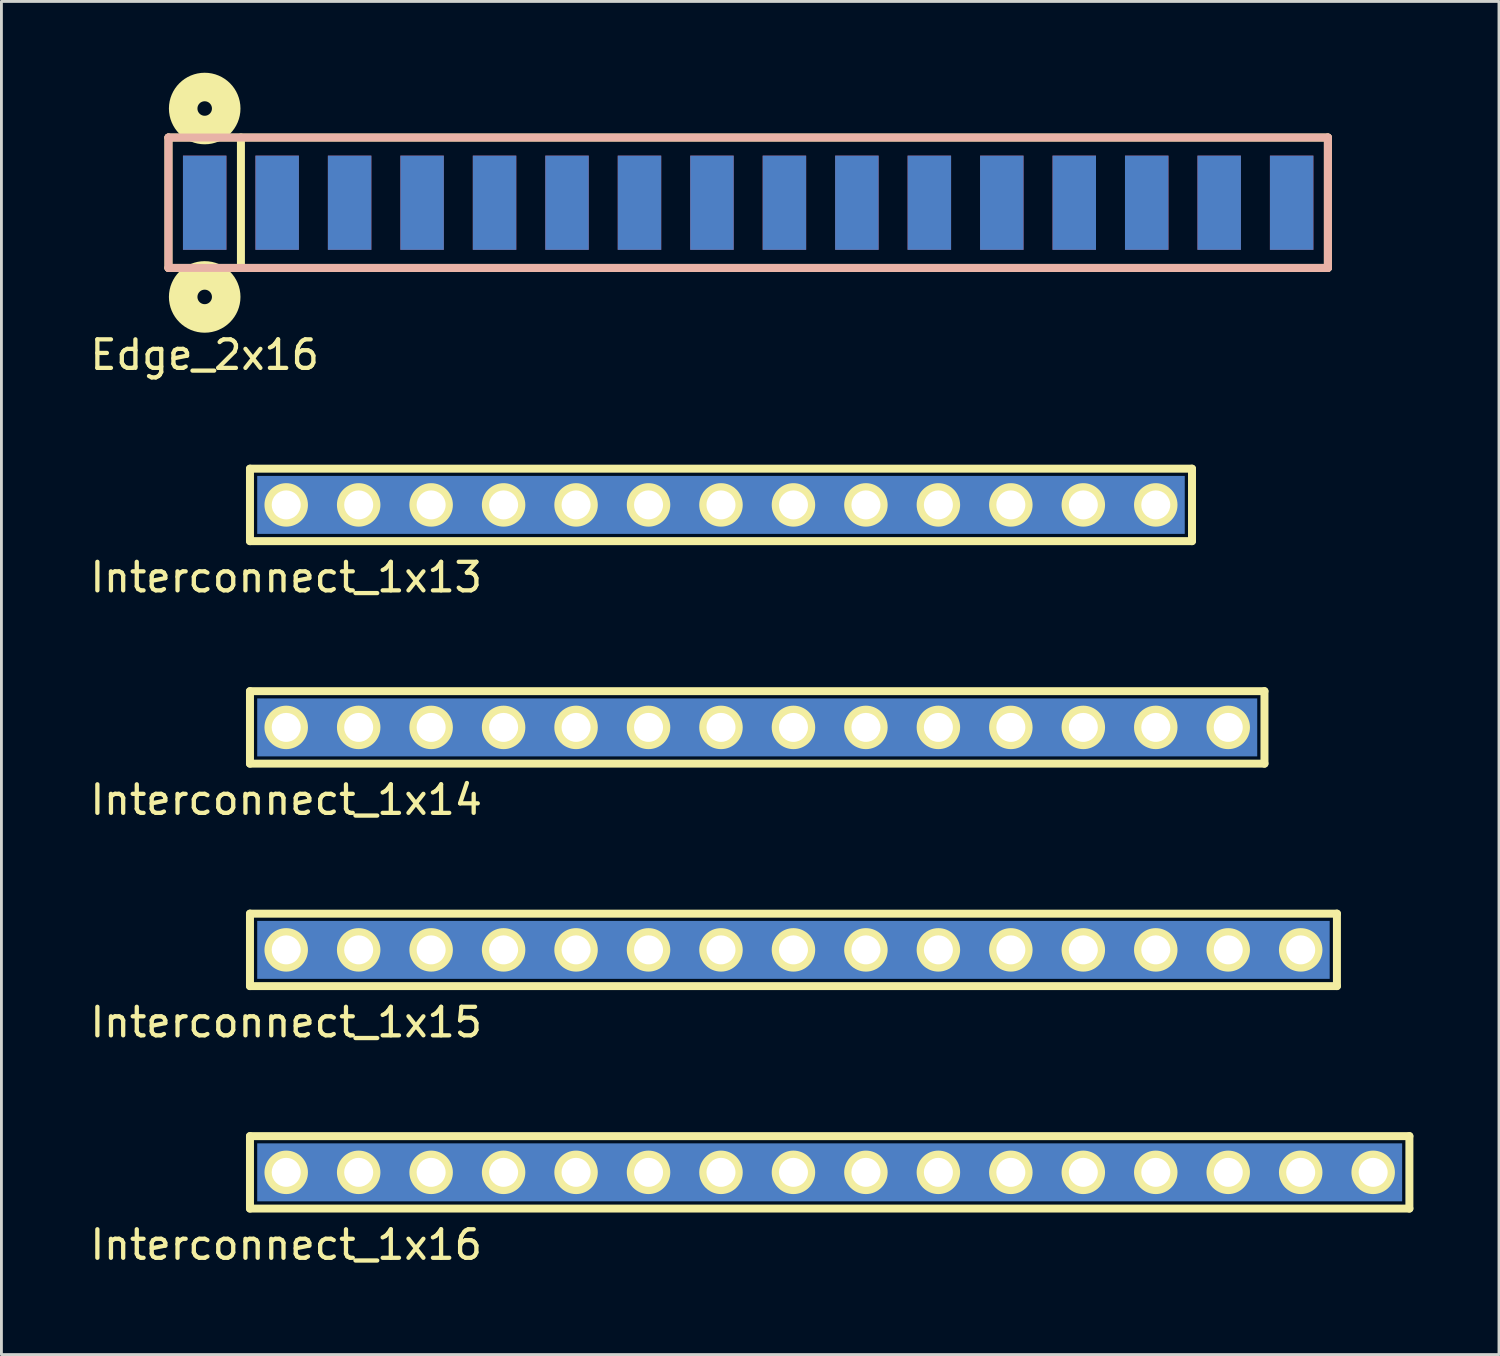
<source format=kicad_pcb>
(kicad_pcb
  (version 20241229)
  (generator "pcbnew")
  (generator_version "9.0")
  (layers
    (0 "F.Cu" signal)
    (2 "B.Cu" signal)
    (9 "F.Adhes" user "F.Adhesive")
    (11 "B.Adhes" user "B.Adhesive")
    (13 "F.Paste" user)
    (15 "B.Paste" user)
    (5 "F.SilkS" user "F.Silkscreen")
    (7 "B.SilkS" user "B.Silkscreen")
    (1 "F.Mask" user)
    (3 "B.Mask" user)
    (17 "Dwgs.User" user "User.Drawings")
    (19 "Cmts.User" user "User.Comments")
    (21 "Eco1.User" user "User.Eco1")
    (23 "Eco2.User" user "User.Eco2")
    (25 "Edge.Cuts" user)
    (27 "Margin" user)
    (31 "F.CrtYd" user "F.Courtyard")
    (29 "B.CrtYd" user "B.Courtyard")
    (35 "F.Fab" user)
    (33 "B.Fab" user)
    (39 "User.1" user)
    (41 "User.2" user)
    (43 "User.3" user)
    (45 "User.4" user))
  (footprint "Interconnect_1x14"
    (layer "F.Cu")
    (at 6.982 22.447)
    (property "Reference" "Interconnect_1x14" (at 0 2.54 0) (layer "F.SilkS") (effects (font (size 1 1) (thickness 0.15))))
    (attr through_hole)
    (fp_line (start -1.27 -1.27) (end -1.27 1.27) (stroke (width 0.28) (type solid)) (layer "F.SilkS"))
    (fp_line (start -1.27 1.27) (end 34.29 1.27) (stroke (width 0.28) (type solid)) (layer "F.SilkS"))
    (fp_line (start 34.29 -1.27) (end -1.27 -1.27) (stroke (width 0.28) (type solid)) (layer "F.SilkS"))
    (fp_line (start 34.29 1.27) (end 34.29 -1.27) (stroke (width 0.28) (type solid)) (layer "F.SilkS"))
    (pad "1" thru_hole circle (at 0 0) (size 1.524 1.524) (drill 1.016) (layers "*.Cu" "*.Mask" "F.SilkS"))
    (pad "1" thru_hole circle (at 2.54 0) (size 1.524 1.524) (drill 1.016) (layers "*.Cu" "*.Mask" "F.SilkS"))
    (pad "1" thru_hole circle (at 5.08 0) (size 1.524 1.524) (drill 1.016) (layers "*.Cu" "*.Mask" "F.SilkS"))
    (pad "1" thru_hole circle (at 7.62 0) (size 1.524 1.524) (drill 1.016) (layers "*.Cu" "*.Mask" "F.SilkS"))
    (pad "1" thru_hole circle (at 10.16 0) (size 1.524 1.524) (drill 1.016) (layers "*.Cu" "*.Mask" "F.SilkS"))
    (pad "1" thru_hole circle (at 12.7 0) (size 1.524 1.524) (drill 1.016) (layers "*.Cu" "*.Mask" "F.SilkS"))
    (pad "1" thru_hole circle (at 15.24 0) (size 1.524 1.524) (drill 1.016) (layers "*.Cu" "*.Mask" "F.SilkS"))
    (pad "1" smd rect (at 16.51 0) (size 35.052 2.032) (layers "B.Cu" "B.Mask"))
    (pad "1" thru_hole circle (at 17.78 0) (size 1.524 1.524) (drill 1.016) (layers "*.Cu" "*.Mask" "F.SilkS"))
    (pad "1" thru_hole circle (at 20.32 0) (size 1.524 1.524) (drill 1.016) (layers "*.Cu" "*.Mask" "F.SilkS"))
    (pad "1" thru_hole circle (at 22.86 0) (size 1.524 1.524) (drill 1.016) (layers "*.Cu" "*.Mask" "F.SilkS"))
    (pad "1" thru_hole circle (at 25.4 0) (size 1.524 1.524) (drill 1.016) (layers "*.Cu" "*.Mask" "F.SilkS"))
    (pad "1" thru_hole circle (at 27.94 0) (size 1.524 1.524) (drill 1.016) (layers "*.Cu" "*.Mask" "F.SilkS"))
    (pad "1" thru_hole circle (at 30.48 0) (size 1.524 1.524) (drill 1.016) (layers "*.Cu" "*.Mask" "F.SilkS"))
    (pad "1" thru_hole circle (at 33.02 0) (size 1.524 1.524) (drill 1.016) (layers "*.Cu" "*.Mask" "F.SilkS")))
  (footprint "Interconnect_1x15"
    (layer "F.Cu")
    (at 6.982 30.245)
    (property "Reference" "Interconnect_1x15" (at 0 2.54 0) (layer "F.SilkS") (effects (font (size 1 1) (thickness 0.15))))
    (attr through_hole)
    (fp_line (start -1.27 -1.27) (end -1.27 1.27) (stroke (width 0.28) (type solid)) (layer "F.SilkS"))
    (fp_line (start -1.27 1.27) (end 36.83 1.27) (stroke (width 0.28) (type solid)) (layer "F.SilkS"))
    (fp_line (start 36.83 -1.27) (end -1.27 -1.27) (stroke (width 0.28) (type solid)) (layer "F.SilkS"))
    (fp_line (start 36.83 1.27) (end 36.83 -1.27) (stroke (width 0.28) (type solid)) (layer "F.SilkS"))
    (pad "1" thru_hole circle (at 0 0) (size 1.524 1.524) (drill 1.016) (layers "*.Cu" "*.Mask" "F.SilkS"))
    (pad "1" thru_hole circle (at 2.54 0) (size 1.524 1.524) (drill 1.016) (layers "*.Cu" "*.Mask" "F.SilkS"))
    (pad "1" thru_hole circle (at 5.08 0) (size 1.524 1.524) (drill 1.016) (layers "*.Cu" "*.Mask" "F.SilkS"))
    (pad "1" thru_hole circle (at 7.62 0) (size 1.524 1.524) (drill 1.016) (layers "*.Cu" "*.Mask" "F.SilkS"))
    (pad "1" thru_hole circle (at 10.16 0) (size 1.524 1.524) (drill 1.016) (layers "*.Cu" "*.Mask" "F.SilkS"))
    (pad "1" thru_hole circle (at 12.7 0) (size 1.524 1.524) (drill 1.016) (layers "*.Cu" "*.Mask" "F.SilkS"))
    (pad "1" thru_hole circle (at 15.24 0) (size 1.524 1.524) (drill 1.016) (layers "*.Cu" "*.Mask" "F.SilkS"))
    (pad "1" thru_hole circle (at 17.78 0) (size 1.524 1.524) (drill 1.016) (layers "*.Cu" "*.Mask" "F.SilkS"))
    (pad "1" smd rect (at 17.78 0) (size 37.592 2.032) (layers "B.Cu" "B.Mask"))
    (pad "1" thru_hole circle (at 20.32 0) (size 1.524 1.524) (drill 1.016) (layers "*.Cu" "*.Mask" "F.SilkS"))
    (pad "1" thru_hole circle (at 22.86 0) (size 1.524 1.524) (drill 1.016) (layers "*.Cu" "*.Mask" "F.SilkS"))
    (pad "1" thru_hole circle (at 25.4 0) (size 1.524 1.524) (drill 1.016) (layers "*.Cu" "*.Mask" "F.SilkS"))
    (pad "1" thru_hole circle (at 27.94 0) (size 1.524 1.524) (drill 1.016) (layers "*.Cu" "*.Mask" "F.SilkS"))
    (pad "1" thru_hole circle (at 30.48 0) (size 1.524 1.524) (drill 1.016) (layers "*.Cu" "*.Mask" "F.SilkS"))
    (pad "1" thru_hole circle (at 33.02 0) (size 1.524 1.524) (drill 1.016) (layers "*.Cu" "*.Mask" "F.SilkS"))
    (pad "1" thru_hole circle (at 35.56 0) (size 1.524 1.524) (drill 1.016) (layers "*.Cu" "*.Mask" "F.SilkS")))
  (footprint "Interconnect_1x13"
    (layer "F.Cu")
    (at 6.982 14.648)
    (property "Reference" "Interconnect_1x13" (at 0 2.54 0) (layer "F.SilkS") (effects (font (size 1 1) (thickness 0.15))))
    (attr through_hole)
    (fp_line (start -1.27 -1.27) (end -1.27 1.27) (stroke (width 0.28) (type solid)) (layer "F.SilkS"))
    (fp_line (start -1.27 1.27) (end 31.75 1.27) (stroke (width 0.28) (type solid)) (layer "F.SilkS"))
    (fp_line (start 31.75 -1.27) (end -1.27 -1.27) (stroke (width 0.28) (type solid)) (layer "F.SilkS"))
    (fp_line (start 31.75 1.27) (end 31.75 -1.27) (stroke (width 0.28) (type solid)) (layer "F.SilkS"))
    (pad "1" thru_hole circle (at 0 0) (size 1.524 1.524) (drill 1.016) (layers "*.Cu" "*.Mask" "F.SilkS"))
    (pad "1" thru_hole circle (at 2.54 0) (size 1.524 1.524) (drill 1.016) (layers "*.Cu" "*.Mask" "F.SilkS"))
    (pad "1" thru_hole circle (at 5.08 0) (size 1.524 1.524) (drill 1.016) (layers "*.Cu" "*.Mask" "F.SilkS"))
    (pad "1" thru_hole circle (at 7.62 0) (size 1.524 1.524) (drill 1.016) (layers "*.Cu" "*.Mask" "F.SilkS"))
    (pad "1" thru_hole circle (at 10.16 0) (size 1.524 1.524) (drill 1.016) (layers "*.Cu" "*.Mask" "F.SilkS"))
    (pad "1" thru_hole circle (at 12.7 0) (size 1.524 1.524) (drill 1.016) (layers "*.Cu" "*.Mask" "F.SilkS"))
    (pad "1" thru_hole circle (at 15.24 0) (size 1.524 1.524) (drill 1.016) (layers "*.Cu" "*.Mask" "F.SilkS"))
    (pad "1" smd rect (at 15.24 0) (size 32.512 2.032) (layers "B.Cu" "B.Mask"))
    (pad "1" thru_hole circle (at 17.78 0) (size 1.524 1.524) (drill 1.016) (layers "*.Cu" "*.Mask" "F.SilkS"))
    (pad "1" thru_hole circle (at 20.32 0) (size 1.524 1.524) (drill 1.016) (layers "*.Cu" "*.Mask" "F.SilkS"))
    (pad "1" thru_hole circle (at 22.86 0) (size 1.524 1.524) (drill 1.016) (layers "*.Cu" "*.Mask" "F.SilkS"))
    (pad "1" thru_hole circle (at 25.4 0) (size 1.524 1.524) (drill 1.016) (layers "*.Cu" "*.Mask" "F.SilkS"))
    (pad "1" thru_hole circle (at 27.94 0) (size 1.524 1.524) (drill 1.016) (layers "*.Cu" "*.Mask" "F.SilkS"))
    (pad "1" thru_hole circle (at 30.48 0) (size 1.524 1.524) (drill 1.016) (layers "*.Cu" "*.Mask" "F.SilkS")))
  (footprint "Edge_2x16"
    (layer "F.Cu")
    (at 4.125 4.056)
    (property "Reference" "Edge_2x16" (at 0 5.334 0) (layer "F.SilkS") (effects (font (size 1 1) (thickness 0.15))))
    (attr through_hole)
    (fp_line (start -1.27 -2.286) (end -1.27 2.286) (stroke (width 0.28) (type solid)) (layer "F.SilkS"))
    (fp_line (start -1.27 2.286) (end 39.37 2.286) (stroke (width 0.28) (type solid)) (layer "F.SilkS"))
    (fp_line (start 1.27 2.286) (end 1.27 -2.286) (stroke (width 0.28) (type solid)) (layer "F.SilkS"))
    (fp_line (start 39.37 -2.286) (end -1.27 -2.286) (stroke (width 0.28) (type solid)) (layer "F.SilkS"))
    (fp_line (start 39.37 2.286) (end 39.37 -2.286) (stroke (width 0.28) (type solid)) (layer "F.SilkS"))
    (fp_circle (center 0 -3.302) (end 0.254 -3.302) (stroke (width 1) (type solid)) (fill no) (layer "F.SilkS"))
    (fp_circle (center 0 3.302) (end 0.254 3.302) (stroke (width 1) (type solid)) (fill no) (layer "F.SilkS"))
    (fp_line (start -1.27 -2.286) (end -1.27 2.286) (stroke (width 0.28) (type solid)) (layer "B.SilkS"))
    (fp_line (start -1.27 2.286) (end 39.37 2.286) (stroke (width 0.28) (type solid)) (layer "B.SilkS"))
    (fp_line (start 39.37 -2.286) (end -1.27 -2.286) (stroke (width 0.28) (type solid)) (layer "B.SilkS"))
    (fp_line (start 39.37 2.286) (end 39.37 -2.286) (stroke (width 0.28) (type solid)) (layer "B.SilkS"))
    (pad "1" smd rect (at 0 0) (size 1.524 3.302) (layers "F.Cu" "F.Mask" "F.Paste"))
    (pad "2" smd rect (at 0 0) (size 1.524 3.302) (layers "B.Cu" "B.Mask" "B.Paste"))
    (pad "3" smd rect (at 2.54 0) (size 1.524 3.302) (layers "F.Cu" "F.Mask" "F.Paste"))
    (pad "4" smd rect (at 2.54 0) (size 1.524 3.302) (layers "B.Cu" "B.Mask" "B.Paste"))
    (pad "5" smd rect (at 5.08 0) (size 1.524 3.302) (layers "F.Cu" "F.Mask" "F.Paste"))
    (pad "6" smd rect (at 5.08 0) (size 1.524 3.302) (layers "B.Cu" "B.Mask" "B.Paste"))
    (pad "7" smd rect (at 7.62 0) (size 1.524 3.302) (layers "F.Cu" "F.Mask" "F.Paste"))
    (pad "8" smd rect (at 7.62 0) (size 1.524 3.302) (layers "B.Cu" "B.Mask" "B.Paste"))
    (pad "9" smd rect (at 10.16 0) (size 1.524 3.302) (layers "F.Cu" "F.Mask" "F.Paste"))
    (pad "10" smd rect (at 10.16 0) (size 1.524 3.302) (layers "B.Cu" "B.Mask" "B.Paste"))
    (pad "11" smd rect (at 12.7 0) (size 1.524 3.302) (layers "F.Cu" "F.Mask" "F.Paste"))
    (pad "12" smd rect (at 12.7 0) (size 1.524 3.302) (layers "B.Cu" "B.Mask" "B.Paste"))
    (pad "13" smd rect (at 15.24 0) (size 1.524 3.302) (layers "F.Cu" "F.Mask" "F.Paste"))
    (pad "14" smd rect (at 15.24 0) (size 1.524 3.302) (layers "B.Cu" "B.Mask" "B.Paste"))
    (pad "15" smd rect (at 17.78 0) (size 1.524 3.302) (layers "F.Cu" "F.Mask" "F.Paste"))
    (pad "16" smd rect (at 17.78 0) (size 1.524 3.302) (layers "B.Cu" "B.Mask" "B.Paste"))
    (pad "17" smd rect (at 20.32 0) (size 1.524 3.302) (layers "F.Cu" "F.Mask" "F.Paste"))
    (pad "18" smd rect (at 20.32 0) (size 1.524 3.302) (layers "B.Cu" "B.Mask" "B.Paste"))
    (pad "19" smd rect (at 22.86 0) (size 1.524 3.302) (layers "F.Cu" "F.Mask" "F.Paste"))
    (pad "20" smd rect (at 22.86 0) (size 1.524 3.302) (layers "B.Cu" "B.Mask" "B.Paste"))
    (pad "21" smd rect (at 25.4 0) (size 1.524 3.302) (layers "F.Cu" "F.Mask" "F.Paste"))
    (pad "22" smd rect (at 25.4 0) (size 1.524 3.302) (layers "B.Cu" "B.Mask" "B.Paste"))
    (pad "23" smd rect (at 27.94 0) (size 1.524 3.302) (layers "F.Cu" "F.Mask" "F.Paste"))
    (pad "24" smd rect (at 27.94 0) (size 1.524 3.302) (layers "B.Cu" "B.Mask" "B.Paste"))
    (pad "25" smd rect (at 30.48 0) (size 1.524 3.302) (layers "F.Cu" "F.Mask" "F.Paste"))
    (pad "26" smd rect (at 30.48 0) (size 1.524 3.302) (layers "B.Cu" "B.Mask" "B.Paste"))
    (pad "27" smd rect (at 33.02 0) (size 1.524 3.302) (layers "F.Cu" "F.Mask" "F.Paste"))
    (pad "28" smd rect (at 33.02 0) (size 1.524 3.302) (layers "B.Cu" "B.Mask" "B.Paste"))
    (pad "29" smd rect (at 35.56 0) (size 1.524 3.302) (layers "F.Cu" "F.Mask" "F.Paste"))
    (pad "30" smd rect (at 35.56 0) (size 1.524 3.302) (layers "B.Cu" "B.Mask" "B.Paste"))
    (pad "31" smd rect (at 38.1 0) (size 1.524 3.302) (layers "F.Cu" "F.Mask" "F.Paste"))
    (pad "32" smd rect (at 38.1 0) (size 1.524 3.302) (layers "B.Cu" "B.Mask" "B.Paste")))
  (footprint "Interconnect_1x16"
    (layer "F.Cu")
    (at 6.982 38.043)
    (property "Reference" "Interconnect_1x16" (at 0 2.54 0) (layer "F.SilkS") (effects (font (size 1 1) (thickness 0.15))))
    (attr through_hole)
    (fp_line (start -1.27 -1.27) (end -1.27 1.27) (stroke (width 0.28) (type solid)) (layer "F.SilkS"))
    (fp_line (start -1.27 1.27) (end 39.37 1.27) (stroke (width 0.28) (type solid)) (layer "F.SilkS"))
    (fp_line (start 39.37 -1.27) (end -1.27 -1.27) (stroke (width 0.28) (type solid)) (layer "F.SilkS"))
    (fp_line (start 39.37 1.27) (end 39.37 -1.27) (stroke (width 0.28) (type solid)) (layer "F.SilkS"))
    (pad "1" thru_hole circle (at 0 0) (size 1.524 1.524) (drill 1.016) (layers "*.Cu" "*.Mask" "F.SilkS"))
    (pad "1" thru_hole circle (at 2.54 0) (size 1.524 1.524) (drill 1.016) (layers "*.Cu" "*.Mask" "F.SilkS"))
    (pad "1" thru_hole circle (at 5.08 0) (size 1.524 1.524) (drill 1.016) (layers "*.Cu" "*.Mask" "F.SilkS"))
    (pad "1" thru_hole circle (at 7.62 0) (size 1.524 1.524) (drill 1.016) (layers "*.Cu" "*.Mask" "F.SilkS"))
    (pad "1" thru_hole circle (at 10.16 0) (size 1.524 1.524) (drill 1.016) (layers "*.Cu" "*.Mask" "F.SilkS"))
    (pad "1" thru_hole circle (at 12.7 0) (size 1.524 1.524) (drill 1.016) (layers "*.Cu" "*.Mask" "F.SilkS"))
    (pad "1" thru_hole circle (at 15.24 0) (size 1.524 1.524) (drill 1.016) (layers "*.Cu" "*.Mask" "F.SilkS"))
    (pad "1" thru_hole circle (at 17.78 0) (size 1.524 1.524) (drill 1.016) (layers "*.Cu" "*.Mask" "F.SilkS"))
    (pad "1" smd rect (at 19.05 0) (size 40.132 2.032) (layers "B.Cu" "B.Mask"))
    (pad "1" thru_hole circle (at 20.32 0) (size 1.524 1.524) (drill 1.016) (layers "*.Cu" "*.Mask" "F.SilkS"))
    (pad "1" thru_hole circle (at 22.86 0) (size 1.524 1.524) (drill 1.016) (layers "*.Cu" "*.Mask" "F.SilkS"))
    (pad "1" thru_hole circle (at 25.4 0) (size 1.524 1.524) (drill 1.016) (layers "*.Cu" "*.Mask" "F.SilkS"))
    (pad "1" thru_hole circle (at 27.94 0) (size 1.524 1.524) (drill 1.016) (layers "*.Cu" "*.Mask" "F.SilkS"))
    (pad "1" thru_hole circle (at 30.48 0) (size 1.524 1.524) (drill 1.016) (layers "*.Cu" "*.Mask" "F.SilkS"))
    (pad "1" thru_hole circle (at 33.02 0) (size 1.524 1.524) (drill 1.016) (layers "*.Cu" "*.Mask" "F.SilkS"))
    (pad "1" thru_hole circle (at 35.56 0) (size 1.524 1.524) (drill 1.016) (layers "*.Cu" "*.Mask" "F.SilkS"))
    (pad "1" thru_hole circle (at 38.1 0) (size 1.524 1.524) (drill 1.016) (layers "*.Cu" "*.Mask" "F.SilkS")))
  (gr_rect
    (start -3 -3)
    (end 49.492 44.431)
    (stroke (width 0.1) (type default))
    (fill no)
    (layer "Edge.Cuts")))
</source>
